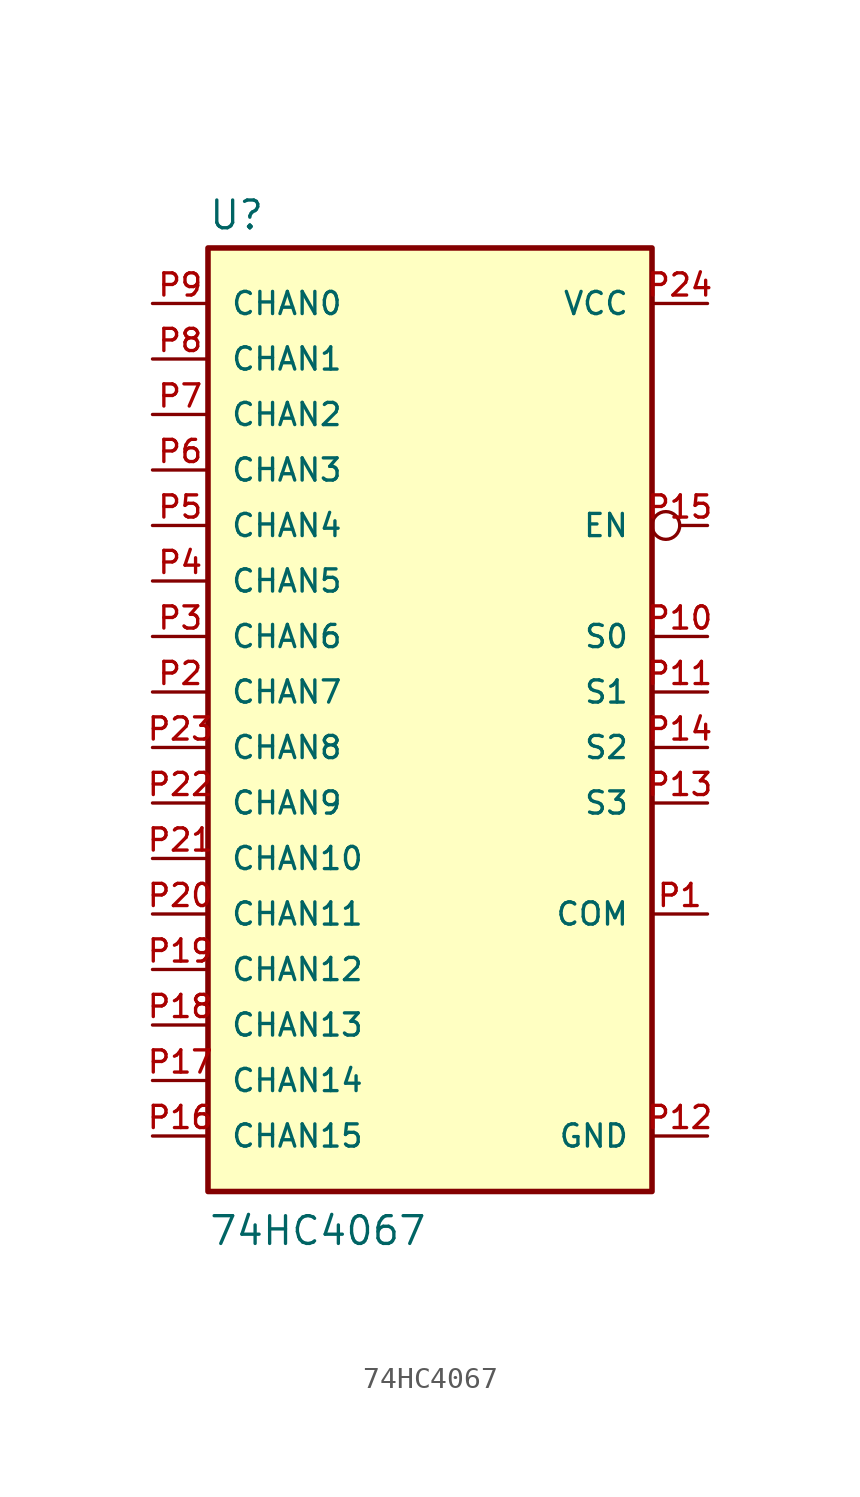
<source format=kicad_sym>
(kicad_symbol_lib
  (version 20211014)
  (generator kicad_symbol_editor)
  (symbol "74HC4067"
    (pin_names
      (offset 1.016))
    (property "Reference" "U"
      (at -10.16 21.082 0)
      (effects (font (size 1.27 1.27)) (justify bottom left)))
    (property "Value" "74HC4067"
      (at -10.16 -25.4 0)
      (effects (font (size 1.27 1.27)) (justify bottom left)))
    (symbol "74HC4067_0_0"
      (rectangle (start -10.16 -22.86) (end 10.16 20.32) (stroke (width 0.254)) (fill (type background)))
      (pin bidirectional line (at 12.7 -10.16 180.0) (length 2.54) (name "COM" (effects (font (size 1.016 1.016)))) (number "P1" (effects (font (size 1.016 1.016)))))
      (pin bidirectional line (at -12.7 0.0 0) (length 2.54) (name "CHAN7" (effects (font (size 1.016 1.016)))) (number "P2" (effects (font (size 1.016 1.016)))))
      (pin bidirectional line (at -12.7 2.54 0) (length 2.54) (name "CHAN6" (effects (font (size 1.016 1.016)))) (number "P3" (effects (font (size 1.016 1.016)))))
      (pin bidirectional line (at -12.7 5.08 0) (length 2.54) (name "CHAN5" (effects (font (size 1.016 1.016)))) (number "P4" (effects (font (size 1.016 1.016)))))
      (pin bidirectional line (at -12.7 7.62 0) (length 2.54) (name "CHAN4" (effects (font (size 1.016 1.016)))) (number "P5" (effects (font (size 1.016 1.016)))))
      (pin bidirectional line (at -12.7 10.16 0) (length 2.54) (name "CHAN3" (effects (font (size 1.016 1.016)))) (number "P6" (effects (font (size 1.016 1.016)))))
      (pin bidirectional line (at -12.7 12.7 0) (length 2.54) (name "CHAN2" (effects (font (size 1.016 1.016)))) (number "P7" (effects (font (size 1.016 1.016)))))
      (pin bidirectional line (at -12.7 15.24 0) (length 2.54) (name "CHAN1" (effects (font (size 1.016 1.016)))) (number "P8" (effects (font (size 1.016 1.016)))))
      (pin bidirectional line (at -12.7 17.78 0) (length 2.54) (name "CHAN0" (effects (font (size 1.016 1.016)))) (number "P9" (effects (font (size 1.016 1.016)))))
      (pin input line (at 12.7 2.54 180.0) (length 2.54) (name "S0" (effects (font (size 1.016 1.016)))) (number "P10" (effects (font (size 1.016 1.016)))))
      (pin input line (at 12.7 0.0 180.0) (length 2.54) (name "S1" (effects (font (size 1.016 1.016)))) (number "P11" (effects (font (size 1.016 1.016)))))
      (pin bidirectional line (at 12.7 -20.32 180.0) (length 2.54) (name "GND" (effects (font (size 1.016 1.016)))) (number "P12" (effects (font (size 1.016 1.016)))))
      (pin input line (at 12.7 -5.08 180.0) (length 2.54) (name "S3" (effects (font (size 1.016 1.016)))) (number "P13" (effects (font (size 1.016 1.016)))))
      (pin input line (at 12.7 -2.54 180.0) (length 2.54) (name "S2" (effects (font (size 1.016 1.016)))) (number "P14" (effects (font (size 1.016 1.016)))))
      (pin input inverted (at 12.7 7.62 180.0) (length 2.54) (name "EN" (effects (font (size 1.016 1.016)))) (number "P15" (effects (font (size 1.016 1.016)))))
      (pin bidirectional line (at -12.7 -20.32 0) (length 2.54) (name "CHAN15" (effects (font (size 1.016 1.016)))) (number "P16" (effects (font (size 1.016 1.016)))))
      (pin bidirectional line (at -12.7 -17.78 0) (length 2.54) (name "CHAN14" (effects (font (size 1.016 1.016)))) (number "P17" (effects (font (size 1.016 1.016)))))
      (pin bidirectional line (at -12.7 -15.24 0) (length 2.54) (name "CHAN13" (effects (font (size 1.016 1.016)))) (number "P18" (effects (font (size 1.016 1.016)))))
      (pin bidirectional line (at -12.7 -12.7 0) (length 2.54) (name "CHAN12" (effects (font (size 1.016 1.016)))) (number "P19" (effects (font (size 1.016 1.016)))))
      (pin bidirectional line (at -12.7 -10.16 0) (length 2.54) (name "CHAN11" (effects (font (size 1.016 1.016)))) (number "P20" (effects (font (size 1.016 1.016)))))
      (pin bidirectional line (at -12.7 -7.62 0) (length 2.54) (name "CHAN10" (effects (font (size 1.016 1.016)))) (number "P21" (effects (font (size 1.016 1.016)))))
      (pin bidirectional line (at -12.7 -5.08 0) (length 2.54) (name "CHAN9" (effects (font (size 1.016 1.016)))) (number "P22" (effects (font (size 1.016 1.016)))))
      (pin bidirectional line (at -12.7 -2.54 0) (length 2.54) (name "CHAN8" (effects (font (size 1.016 1.016)))) (number "P23" (effects (font (size 1.016 1.016)))))
      (pin bidirectional line (at 12.7 17.78 180.0) (length 2.54) (name "VCC" (effects (font (size 1.016 1.016)))) (number "P24" (effects (font (size 1.016 1.016))))))))
</source>
